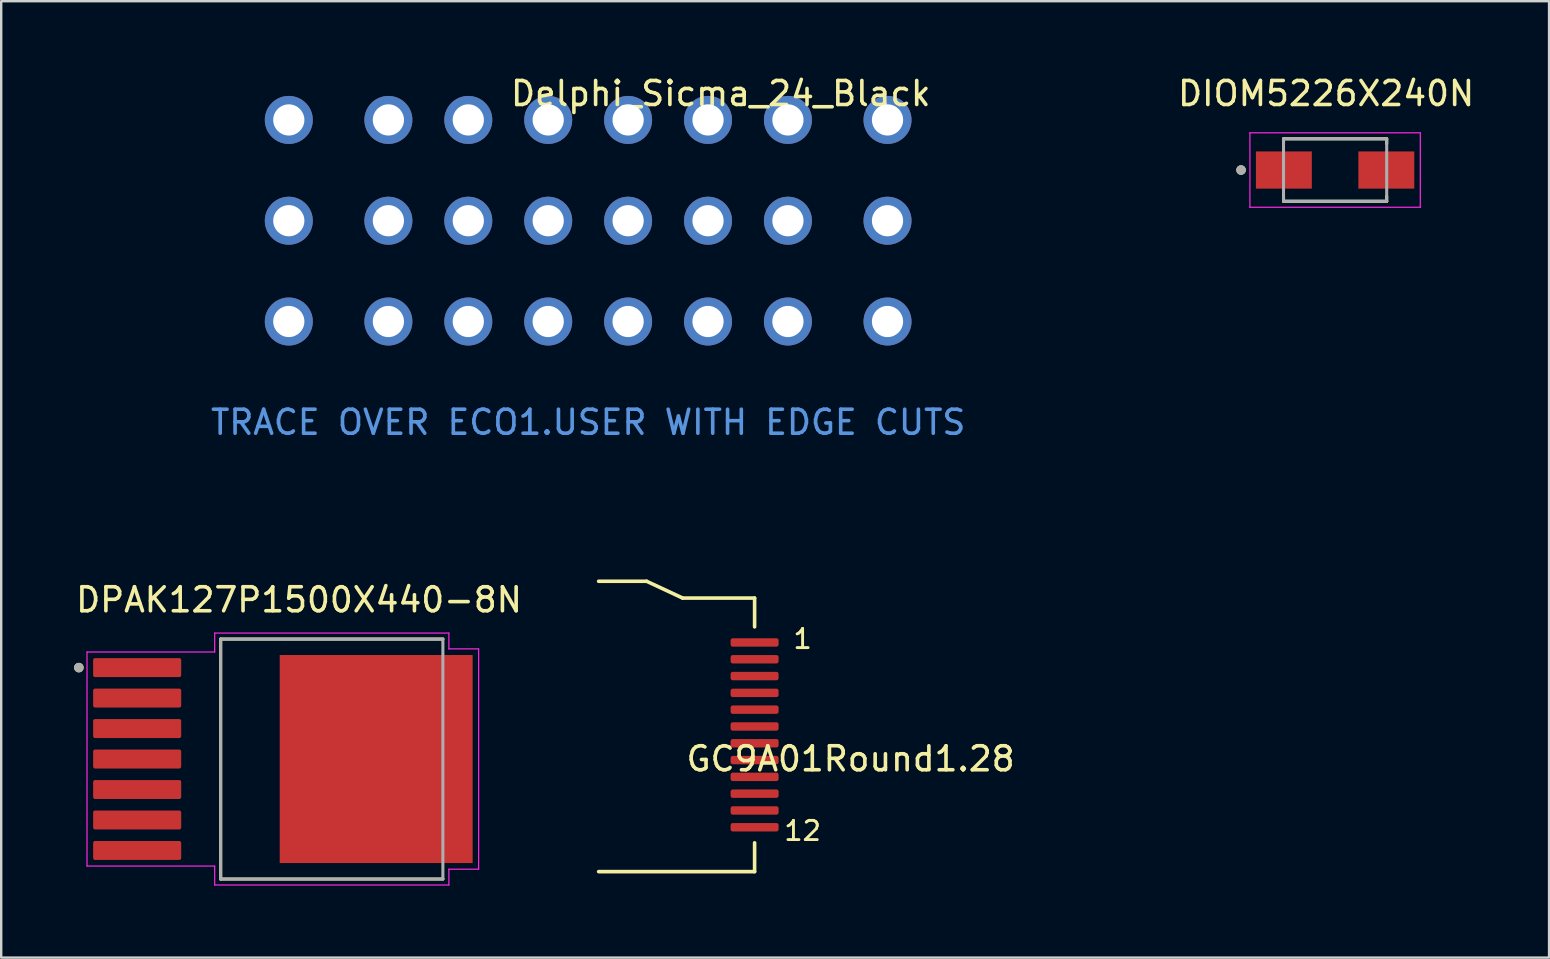
<source format=kicad_pcb>
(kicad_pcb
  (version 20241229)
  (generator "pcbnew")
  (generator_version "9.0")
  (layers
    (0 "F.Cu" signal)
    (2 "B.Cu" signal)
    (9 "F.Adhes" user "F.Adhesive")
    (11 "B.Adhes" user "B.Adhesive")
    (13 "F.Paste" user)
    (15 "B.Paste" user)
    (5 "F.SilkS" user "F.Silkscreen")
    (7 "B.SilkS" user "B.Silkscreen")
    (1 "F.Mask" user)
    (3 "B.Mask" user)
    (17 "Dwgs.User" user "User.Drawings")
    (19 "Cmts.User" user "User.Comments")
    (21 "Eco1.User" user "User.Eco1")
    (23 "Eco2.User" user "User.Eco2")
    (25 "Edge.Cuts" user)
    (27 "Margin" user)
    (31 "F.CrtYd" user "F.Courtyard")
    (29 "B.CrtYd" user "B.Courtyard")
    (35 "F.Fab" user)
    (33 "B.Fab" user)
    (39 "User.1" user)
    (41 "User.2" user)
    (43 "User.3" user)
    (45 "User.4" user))
  (footprint "DIOM5226X240N"
    (layer "F.Cu")
    (at 52.587 4.036)
    (property "Reference" "DIOM5226X240N" (at -0.375 -3.188 0) (layer "F.SilkS") (effects (font (size 1 1) (thickness 0.15))))
    (attr smd)
    (fp_line (start -2.15 -1.302) (end 2.15 -1.302) (stroke (width 0.127) (type solid)) (layer "F.SilkS"))
    (fp_line (start -2.15 -1.095) (end -2.15 -1.302) (stroke (width 0.127) (type solid)) (layer "F.SilkS"))
    (fp_line (start -2.15 1.302) (end -2.15 1.095) (stroke (width 0.127) (type solid)) (layer "F.SilkS"))
    (fp_line (start 2.15 -1.302) (end 2.15 -1.095) (stroke (width 0.127) (type solid)) (layer "F.SilkS"))
    (fp_line (start 2.15 1.302) (end -2.15 1.302) (stroke (width 0.127) (type solid)) (layer "F.SilkS"))
    (fp_line (start 2.15 1.302) (end 2.15 1.095) (stroke (width 0.127) (type solid)) (layer "F.SilkS"))
    (fp_circle (center -3.919 0) (end -3.819 0) (stroke (width 0.2) (type solid)) (fill no) (layer "F.SilkS"))
    (fp_line (start -3.55 -1.552) (end -3.55 1.552) (stroke (width 0.05) (type solid)) (layer "F.CrtYd"))
    (fp_line (start -3.55 1.552) (end 3.55 1.552) (stroke (width 0.05) (type solid)) (layer "F.CrtYd"))
    (fp_line (start 3.55 -1.552) (end -3.55 -1.552) (stroke (width 0.05) (type solid)) (layer "F.CrtYd"))
    (fp_line (start 3.55 1.552) (end 3.55 -1.552) (stroke (width 0.05) (type solid)) (layer "F.CrtYd"))
    (fp_line (start -2.15 -1.302) (end 2.15 -1.302) (stroke (width 0.127) (type solid)) (layer "F.Fab"))
    (fp_line (start -2.15 1.302) (end -2.15 -1.302) (stroke (width 0.127) (type solid)) (layer "F.Fab"))
    (fp_line (start 2.15 -1.302) (end 2.15 1.302) (stroke (width 0.127) (type solid)) (layer "F.Fab"))
    (fp_line (start 2.15 1.302) (end -2.15 1.302) (stroke (width 0.127) (type solid)) (layer "F.Fab"))
    (fp_circle (center -3.919 0) (end -3.819 0) (stroke (width 0.2) (type solid)) (fill no) (layer "F.Fab"))
    (pad "1" smd rect (at -2.135 0) (size 2.33 1.55) (layers "F.Cu" "F.Mask" "F.Paste"))
    (pad "2" smd rect (at 2.135 0) (size 2.33 1.55) (layers "F.Cu" "F.Mask" "F.Paste")))
  (footprint "DPAK127P1500X440-8N"
    (layer "F.Cu")
    (at 8.736 28.581)
    (property "Reference" "DPAK127P1500X440-8N" (at 0.675 -6.635 0) (layer "F.SilkS") (effects (font (size 1 1) (thickness 0.15))))
    (attr through_hole)
    (fp_line (start -2.59 -5) (end -2.59 5) (stroke (width 0.127) (type solid)) (layer "F.SilkS"))
    (fp_line (start -2.59 5) (end 6.67 5) (stroke (width 0.127) (type solid)) (layer "F.SilkS"))
    (fp_line (start 6.67 -5) (end -2.59 -5) (stroke (width 0.127) (type solid)) (layer "F.SilkS"))
    (fp_circle (center -8.5 -3.81) (end -8.4 -3.81) (stroke (width 0.2) (type solid)) (fill no) (layer "F.SilkS"))
    (fp_poly (pts (xy 0.175 -4.105) (xy 1.575 -4.105) (xy 1.575 -2.855) (xy 0.175 -2.855)) (stroke (width 0.01) (type solid)) (fill yes) (layer "F.Paste"))
    (fp_poly (pts (xy 0.175 -2.365) (xy 1.575 -2.365) (xy 1.575 -1.115) (xy 0.175 -1.115)) (stroke (width 0.01) (type solid)) (fill yes) (layer "F.Paste"))
    (fp_poly (pts (xy 0.175 -0.625) (xy 1.575 -0.625) (xy 1.575 0.625) (xy 0.175 0.625)) (stroke (width 0.01) (type solid)) (fill yes) (layer "F.Paste"))
    (fp_poly (pts (xy 0.175 1.115) (xy 1.575 1.115) (xy 1.575 2.365) (xy 0.175 2.365)) (stroke (width 0.01) (type solid)) (fill yes) (layer "F.Paste"))
    (fp_poly (pts (xy 0.175 2.855) (xy 1.575 2.855) (xy 1.575 4.105) (xy 0.175 4.105)) (stroke (width 0.01) (type solid)) (fill yes) (layer "F.Paste"))
    (fp_poly (pts (xy 2.185 -4.105) (xy 3.585 -4.105) (xy 3.585 -2.855) (xy 2.185 -2.855)) (stroke (width 0.01) (type solid)) (fill yes) (layer "F.Paste"))
    (fp_poly (pts (xy 2.185 -2.365) (xy 3.585 -2.365) (xy 3.585 -1.115) (xy 2.185 -1.115)) (stroke (width 0.01) (type solid)) (fill yes) (layer "F.Paste"))
    (fp_poly (pts (xy 2.185 -0.625) (xy 3.585 -0.625) (xy 3.585 0.625) (xy 2.185 0.625)) (stroke (width 0.01) (type solid)) (fill yes) (layer "F.Paste"))
    (fp_poly (pts (xy 2.185 1.115) (xy 3.585 1.115) (xy 3.585 2.365) (xy 2.185 2.365)) (stroke (width 0.01) (type solid)) (fill yes) (layer "F.Paste"))
    (fp_poly (pts (xy 2.185 2.855) (xy 3.585 2.855) (xy 3.585 4.105) (xy 2.185 4.105)) (stroke (width 0.01) (type solid)) (fill yes) (layer "F.Paste"))
    (fp_poly (pts (xy 4.195 -4.105) (xy 5.595 -4.105) (xy 5.595 -2.855) (xy 4.195 -2.855)) (stroke (width 0.01) (type solid)) (fill yes) (layer "F.Paste"))
    (fp_poly (pts (xy 4.195 -2.365) (xy 5.595 -2.365) (xy 5.595 -1.115) (xy 4.195 -1.115)) (stroke (width 0.01) (type solid)) (fill yes) (layer "F.Paste"))
    (fp_poly (pts (xy 4.195 -0.625) (xy 5.595 -0.625) (xy 5.595 0.625) (xy 4.195 0.625)) (stroke (width 0.01) (type solid)) (fill yes) (layer "F.Paste"))
    (fp_poly (pts (xy 4.195 1.115) (xy 5.595 1.115) (xy 5.595 2.365) (xy 4.195 2.365)) (stroke (width 0.01) (type solid)) (fill yes) (layer "F.Paste"))
    (fp_poly (pts (xy 4.195 2.855) (xy 5.595 2.855) (xy 5.595 4.105) (xy 4.195 4.105)) (stroke (width 0.01) (type solid)) (fill yes) (layer "F.Paste"))
    (fp_poly (pts (xy 6.205 -4.105) (xy 7.605 -4.105) (xy 7.605 -2.855) (xy 6.205 -2.855)) (stroke (width 0.01) (type solid)) (fill yes) (layer "F.Paste"))
    (fp_poly (pts (xy 6.205 -2.365) (xy 7.605 -2.365) (xy 7.605 -1.115) (xy 6.205 -1.115)) (stroke (width 0.01) (type solid)) (fill yes) (layer "F.Paste"))
    (fp_poly (pts (xy 6.205 -0.625) (xy 7.605 -0.625) (xy 7.605 0.625) (xy 6.205 0.625)) (stroke (width 0.01) (type solid)) (fill yes) (layer "F.Paste"))
    (fp_poly (pts (xy 6.205 1.115) (xy 7.605 1.115) (xy 7.605 2.365) (xy 6.205 2.365)) (stroke (width 0.01) (type solid)) (fill yes) (layer "F.Paste"))
    (fp_poly (pts (xy 6.205 2.855) (xy 7.605 2.855) (xy 7.605 4.105) (xy 6.205 4.105)) (stroke (width 0.01) (type solid)) (fill yes) (layer "F.Paste"))
    (fp_line (start -8.16 -4.46) (end -2.84 -4.46) (stroke (width 0.05) (type solid)) (layer "F.CrtYd"))
    (fp_line (start -8.16 4.46) (end -8.16 -4.46) (stroke (width 0.05) (type solid)) (layer "F.CrtYd"))
    (fp_line (start -2.84 -5.25) (end 6.92 -5.25) (stroke (width 0.05) (type solid)) (layer "F.CrtYd"))
    (fp_line (start -2.84 -4.46) (end -2.84 -5.25) (stroke (width 0.05) (type solid)) (layer "F.CrtYd"))
    (fp_line (start -2.84 4.46) (end -8.16 4.46) (stroke (width 0.05) (type solid)) (layer "F.CrtYd"))
    (fp_line (start -2.84 5.25) (end -2.84 4.46) (stroke (width 0.05) (type solid)) (layer "F.CrtYd"))
    (fp_line (start 6.92 -5.25) (end 6.92 -4.59) (stroke (width 0.05) (type solid)) (layer "F.CrtYd"))
    (fp_line (start 6.92 -4.59) (end 8.16 -4.59) (stroke (width 0.05) (type solid)) (layer "F.CrtYd"))
    (fp_line (start 6.92 4.59) (end 6.92 5.25) (stroke (width 0.05) (type solid)) (layer "F.CrtYd"))
    (fp_line (start 6.92 5.25) (end -2.84 5.25) (stroke (width 0.05) (type solid)) (layer "F.CrtYd"))
    (fp_line (start 8.16 -4.59) (end 8.16 4.59) (stroke (width 0.05) (type solid)) (layer "F.CrtYd"))
    (fp_line (start 8.16 4.59) (end 6.92 4.59) (stroke (width 0.05) (type solid)) (layer "F.CrtYd"))
    (fp_line (start -2.59 -5) (end 6.67 -5) (stroke (width 0.127) (type solid)) (layer "F.Fab"))
    (fp_line (start -2.59 5) (end -2.59 -5) (stroke (width 0.127) (type solid)) (layer "F.Fab"))
    (fp_line (start 6.67 -5) (end 6.67 5) (stroke (width 0.127) (type solid)) (layer "F.Fab"))
    (fp_line (start 6.67 5) (end -2.59 5) (stroke (width 0.127) (type solid)) (layer "F.Fab"))
    (fp_circle (center -8.5 -3.81) (end -8.4 -3.81) (stroke (width 0.2) (type solid)) (fill no) (layer "F.Fab"))
    (pad "1" smd roundrect (at -6.07 -3.81) (size 3.67 0.79) (layers "F.Cu" "F.Mask" "F.Paste") (roundrect_rratio 0.1))
    (pad "2" smd roundrect (at -6.07 -2.54) (size 3.67 0.79) (layers "F.Cu" "F.Mask" "F.Paste") (roundrect_rratio 0.1))
    (pad "3" smd roundrect (at -6.07 -1.27) (size 3.67 0.79) (layers "F.Cu" "F.Mask" "F.Paste") (roundrect_rratio 0.1))
    (pad "4" smd roundrect (at -6.07 0) (size 3.67 0.79) (layers "F.Cu" "F.Mask" "F.Paste") (roundrect_rratio 0.1))
    (pad "5" smd roundrect (at -6.07 1.27) (size 3.67 0.79) (layers "F.Cu" "F.Mask" "F.Paste") (roundrect_rratio 0.1))
    (pad "6" smd roundrect (at -6.07 2.54) (size 3.67 0.79) (layers "F.Cu" "F.Mask" "F.Paste") (roundrect_rratio 0.1))
    (pad "7" smd roundrect (at -6.07 3.81) (size 3.67 0.79) (layers "F.Cu" "F.Mask" "F.Paste") (roundrect_rratio 0.1))
    (pad "8" smd rect (at 3.89 0) (size 8.04 8.67) (layers "F.Cu" "F.Mask")))
  (footprint "Delphi_Sicma_24_Black"
    (layer "F.Cu")
    (at 21.46 17.848)
    (property "Reference" "Delphi_Sicma_24_Black" (at 5.525 -17 0) (layer "F.SilkS") (effects (font (size 1 1) (thickness 0.15))))
    (attr through_hole)
    (fp_line (start -21.4 -12.1) (end -21.4 -7.1) (stroke (width 0.12) (type solid)) (layer "Eco1.User"))
    (fp_line (start -21.4 -7.1) (end -19.2 -7.1) (stroke (width 0.12) (type solid)) (layer "Eco1.User"))
    (fp_line (start -21.4 0) (end -17 0) (stroke (width 0.12) (type solid)) (layer "Eco1.User"))
    (fp_line (start -19.2 -12.1) (end -21.4 -12.1) (stroke (width 0.12) (type solid)) (layer "Eco1.User"))
    (fp_line (start -19.2 -7.1) (end -19.2 -12.1) (stroke (width 0.12) (type solid)) (layer "Eco1.User"))
    (fp_line (start -17 -2.2) (end -17 0) (stroke (width 0.12) (type solid)) (layer "Eco1.User"))
    (fp_line (start -15 -2.2) (end -17 -2.2) (stroke (width 0.12) (type solid)) (layer "Eco1.User"))
    (fp_line (start -15 0) (end -15 -2.2) (stroke (width 0.12) (type solid)) (layer "Eco1.User"))
    (fp_line (start -15 0) (end 21.4 0) (stroke (width 0.12) (type solid)) (layer "Eco1.User"))
    (fp_line (start 19.2 -10.6) (end 19.2 -7.1) (stroke (width 0.12) (type solid)) (layer "Eco1.User"))
    (fp_line (start 19.2 -7.1) (end 21.4 -7.1) (stroke (width 0.12) (type solid)) (layer "Eco1.User"))
    (fp_line (start 21.4 -10.6) (end 19.2 -10.6) (stroke (width 0.12) (type solid)) (layer "Eco1.User"))
    (fp_line (start 21.4 -7.1) (end 21.4 -10.6) (stroke (width 0.12) (type solid)) (layer "Eco1.User"))
    (fp_text user "TRACE OVER ECO1.USER WITH EDGE CUTS" (at 0 -3.3 0) (layer "Cmts.User") (effects (font (size 1 1) (thickness 0.15))))
    (pad "A1" thru_hole circle (at 12.475 -15.9) (size 2 2) (drill 1.3) (layers "*.Cu" "*.Mask"))
    (pad "A2" thru_hole circle (at 8.325 -15.9) (size 2 2) (drill 1.3) (layers "*.Cu" "*.Mask"))
    (pad "A3" thru_hole circle (at 4.995 -15.9) (size 2 2) (drill 1.3) (layers "*.Cu" "*.Mask"))
    (pad "A4" thru_hole circle (at 1.665 -15.9) (size 2 2) (drill 1.3) (layers "*.Cu" "*.Mask"))
    (pad "A5" thru_hole circle (at -1.665 -15.9) (size 2 2) (drill 1.3) (layers "*.Cu" "*.Mask"))
    (pad "A6" thru_hole circle (at -4.995 -15.9) (size 2 2) (drill 1.3) (layers "*.Cu" "*.Mask"))
    (pad "A7" thru_hole circle (at -8.325 -15.9) (size 2 2) (drill 1.3) (layers "*.Cu" "*.Mask"))
    (pad "A8" thru_hole circle (at -12.475 -15.9) (size 2 2) (drill 1.3) (layers "*.Cu" "*.Mask"))
    (pad "B1" thru_hole circle (at 12.475 -11.7) (size 2 2) (drill 1.3) (layers "*.Cu" "*.Mask"))
    (pad "B2" thru_hole circle (at 8.325 -11.7) (size 2 2) (drill 1.3) (layers "*.Cu" "*.Mask"))
    (pad "B3" thru_hole circle (at 4.995 -11.7) (size 2 2) (drill 1.3) (layers "*.Cu" "*.Mask"))
    (pad "B4" thru_hole circle (at 1.665 -11.7) (size 2 2) (drill 1.3) (layers "*.Cu" "*.Mask"))
    (pad "B5" thru_hole circle (at -1.665 -11.7) (size 2 2) (drill 1.3) (layers "*.Cu" "*.Mask"))
    (pad "B6" thru_hole circle (at -4.995 -11.7) (size 2 2) (drill 1.3) (layers "*.Cu" "*.Mask"))
    (pad "B7" thru_hole circle (at -8.325 -11.7) (size 2 2) (drill 1.3) (layers "*.Cu" "*.Mask"))
    (pad "B8" thru_hole circle (at -12.475 -11.7) (size 2 2) (drill 1.3) (layers "*.Cu" "*.Mask"))
    (pad "C1" thru_hole circle (at 12.475 -7.5) (size 2 2) (drill 1.3) (layers "*.Cu" "*.Mask"))
    (pad "C2" thru_hole circle (at 8.325 -7.5) (size 2 2) (drill 1.3) (layers "*.Cu" "*.Mask"))
    (pad "C3" thru_hole circle (at 4.995 -7.5) (size 2 2) (drill 1.3) (layers "*.Cu" "*.Mask"))
    (pad "C4" thru_hole circle (at 1.665 -7.5) (size 2 2) (drill 1.3) (layers "*.Cu" "*.Mask"))
    (pad "C5" thru_hole circle (at -1.665 -7.5) (size 2 2) (drill 1.3) (layers "*.Cu" "*.Mask"))
    (pad "C6" thru_hole circle (at -4.995 -7.5) (size 2 2) (drill 1.3) (layers "*.Cu" "*.Mask"))
    (pad "C7" thru_hole circle (at -8.325 -7.5) (size 2 2) (drill 1.3) (layers "*.Cu" "*.Mask"))
    (pad "C8" thru_hole circle (at -12.475 -7.5) (size 2 2) (drill 1.3) (layers "*.Cu" "*.Mask")))
  (footprint "GC9A01Round1.28"
    (layer "F.Cu")
    (at 28.396 27.573)
    (property "Reference" "GC9A01Round1.28" (at 4 1 0) (layer "F.SilkS") (effects (font (size 1 1) (thickness 0.15))))
    (attr smd)
    (fp_line (start -6.5 -6.4) (end -4.5 -6.4) (stroke (width 0.15) (type solid)) (layer "F.SilkS"))
    (fp_line (start -4.5 -6.4) (end -3 -5.7) (stroke (width 0.15) (type solid)) (layer "F.SilkS"))
    (fp_line (start 0 -5.7) (end -3 -5.7) (stroke (width 0.15) (type solid)) (layer "F.SilkS"))
    (fp_line (start 0 -5.7) (end 0 -4.5) (stroke (width 0.15) (type solid)) (layer "F.SilkS"))
    (fp_line (start 0 5.7) (end -6.5 5.7) (stroke (width 0.15) (type solid)) (layer "F.SilkS"))
    (fp_line (start 0 5.7) (end 0 4.5) (stroke (width 0.15) (type solid)) (layer "F.SilkS"))
    (fp_text user "1" (at 2 -4 0) (layer "F.SilkS") (effects (font (size 0.8 0.8) (thickness 0.12))))
    (fp_text user "12" (at 2 4 0) (layer "F.SilkS") (effects (font (size 0.8 0.8) (thickness 0.12))))
    (pad "1" smd roundrect (at 0 -3.85) (size 2 0.35) (layers "F.Cu" "F.Mask" "F.Paste") (roundrect_rratio 0.25))
    (pad "2" smd roundrect (at 0 -3.15) (size 2 0.35) (layers "F.Cu" "F.Mask" "F.Paste") (roundrect_rratio 0.25))
    (pad "3" smd roundrect (at 0 -2.45) (size 2 0.35) (layers "F.Cu" "F.Mask" "F.Paste") (roundrect_rratio 0.25))
    (pad "4" smd roundrect (at 0 -1.75) (size 2 0.35) (layers "F.Cu" "F.Mask" "F.Paste") (roundrect_rratio 0.25))
    (pad "5" smd roundrect (at 0 -1.05) (size 2 0.35) (layers "F.Cu" "F.Mask" "F.Paste") (roundrect_rratio 0.25))
    (pad "6" smd roundrect (at 0 -0.35) (size 2 0.35) (layers "F.Cu" "F.Mask" "F.Paste") (roundrect_rratio 0.25))
    (pad "7" smd roundrect (at 0 0.35) (size 2 0.35) (layers "F.Cu" "F.Mask" "F.Paste") (roundrect_rratio 0.25))
    (pad "8" smd roundrect (at 0 1.05) (size 2 0.35) (layers "F.Cu" "F.Mask" "F.Paste") (roundrect_rratio 0.25))
    (pad "9" smd roundrect (at 0 1.75) (size 2 0.35) (layers "F.Cu" "F.Mask" "F.Paste") (roundrect_rratio 0.25))
    (pad "10" smd roundrect (at 0 2.45) (size 2 0.35) (layers "F.Cu" "F.Mask" "F.Paste") (roundrect_rratio 0.25))
    (pad "11" smd roundrect (at 0 3.15) (size 2 0.35) (layers "F.Cu" "F.Mask" "F.Paste") (roundrect_rratio 0.25))
    (pad "12" smd roundrect (at 0 3.85) (size 2 0.35) (layers "F.Cu" "F.Mask" "F.Paste") (roundrect_rratio 0.25)))
  (gr_rect
    (start -3 -3)
    (end 61.503 36.856)
    (stroke (width 0.1) (type default))
    (fill no)
    (layer "Edge.Cuts")))
</source>
